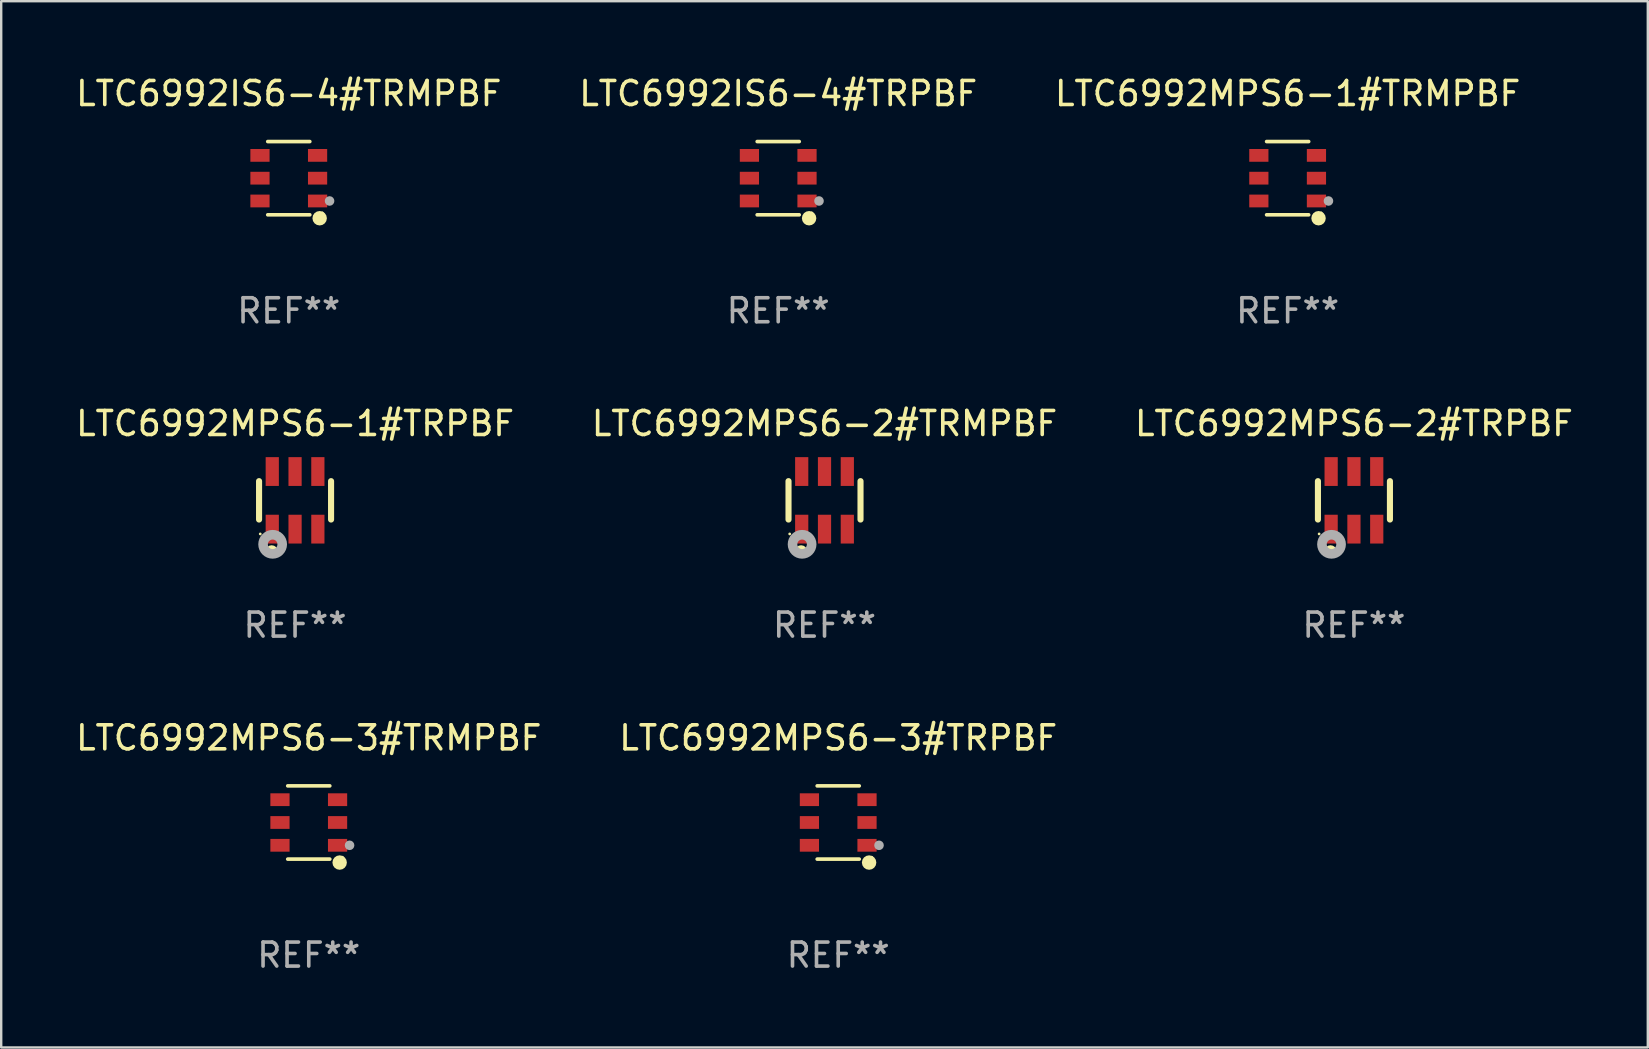
<source format=kicad_pcb>
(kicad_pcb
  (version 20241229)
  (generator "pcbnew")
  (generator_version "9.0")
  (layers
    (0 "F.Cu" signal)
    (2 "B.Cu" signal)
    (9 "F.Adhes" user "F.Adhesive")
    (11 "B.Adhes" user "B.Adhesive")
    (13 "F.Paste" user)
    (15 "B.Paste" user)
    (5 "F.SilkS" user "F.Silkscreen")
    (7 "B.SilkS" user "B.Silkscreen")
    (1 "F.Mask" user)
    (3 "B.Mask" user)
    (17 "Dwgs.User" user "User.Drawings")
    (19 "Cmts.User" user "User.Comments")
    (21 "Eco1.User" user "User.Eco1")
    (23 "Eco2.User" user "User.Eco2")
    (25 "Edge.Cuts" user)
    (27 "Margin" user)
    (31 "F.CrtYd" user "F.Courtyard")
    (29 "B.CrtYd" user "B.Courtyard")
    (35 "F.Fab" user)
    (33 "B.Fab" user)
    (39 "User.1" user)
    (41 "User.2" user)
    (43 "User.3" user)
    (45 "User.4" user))
  (footprint "LTC6992IS6-4#TRMPBF"
    (layer "F.Cu")
    (at 8.982 4.374)
    (property "Reference" "LTC6992IS6-4#TRMPBF" (at 0 -3.526 0) (layer "F.SilkS") (effects (font (size 1 1) (thickness 0.15))))
    (attr through_hole)
    (fp_line (start 0.876 -1.526) (end -0.876 -1.526) (stroke (width 0.152) (type solid)) (layer "F.SilkS"))
    (fp_line (start 0.876 1.526) (end -0.876 1.526) (stroke (width 0.152) (type solid)) (layer "F.SilkS"))
    (fp_circle (center 1.287 1.669) (end 1.438 1.669) (stroke (width 0.3) (type solid)) (fill no) (layer "F.SilkS"))
    (fp_circle (center 1.4 1.45) (end 1.43 1.45) (stroke (width 0.06) (type solid)) (fill no) (layer "F.SilkS"))
    (fp_circle (center 1.7 0.95) (end 1.8 0.95) (stroke (width 0.2) (type solid)) (fill no) (layer "F.Fab"))
    (fp_text user "REF**" (at 0 5.526 0) (layer "F.Fab") (effects (font (size 1 1) (thickness 0.15))))
    (pad "1" smd rect (at 1.2 0.95) (size 0.8 0.532) (layers "F.Cu" "F.Mask" "F.Paste"))
    (pad "2" smd rect (at 1.2 0) (size 0.8 0.532) (layers "F.Cu" "F.Mask" "F.Paste"))
    (pad "3" smd rect (at 1.2 -0.95) (size 0.8 0.532) (layers "F.Cu" "F.Mask" "F.Paste"))
    (pad "4" smd rect (at -1.2 -0.95) (size 0.8 0.532) (layers "F.Cu" "F.Mask" "F.Paste"))
    (pad "5" smd rect (at -1.2 0) (size 0.8 0.532) (layers "F.Cu" "F.Mask" "F.Paste"))
    (pad "6" smd rect (at -1.2 0.95) (size 0.8 0.532) (layers "F.Cu" "F.Mask" "F.Paste")))
  (footprint "LTC6992IS6-4#TRPBF"
    (layer "F.Cu")
    (at 29.375 4.374)
    (property "Reference" "LTC6992IS6-4#TRPBF" (at 0 -3.526 0) (layer "F.SilkS") (effects (font (size 1 1) (thickness 0.15))))
    (attr through_hole)
    (fp_line (start 0.876 -1.526) (end -0.876 -1.526) (stroke (width 0.152) (type solid)) (layer "F.SilkS"))
    (fp_line (start 0.876 1.526) (end -0.876 1.526) (stroke (width 0.152) (type solid)) (layer "F.SilkS"))
    (fp_circle (center 1.287 1.669) (end 1.438 1.669) (stroke (width 0.3) (type solid)) (fill no) (layer "F.SilkS"))
    (fp_circle (center 1.4 1.45) (end 1.43 1.45) (stroke (width 0.06) (type solid)) (fill no) (layer "F.SilkS"))
    (fp_circle (center 1.7 0.95) (end 1.8 0.95) (stroke (width 0.2) (type solid)) (fill no) (layer "F.Fab"))
    (fp_text user "REF**" (at 0 5.526 0) (layer "F.Fab") (effects (font (size 1 1) (thickness 0.15))))
    (pad "1" smd rect (at 1.2 0.95) (size 0.8 0.532) (layers "F.Cu" "F.Mask" "F.Paste"))
    (pad "2" smd rect (at 1.2 0) (size 0.8 0.532) (layers "F.Cu" "F.Mask" "F.Paste"))
    (pad "3" smd rect (at 1.2 -0.95) (size 0.8 0.532) (layers "F.Cu" "F.Mask" "F.Paste"))
    (pad "4" smd rect (at -1.2 -0.95) (size 0.8 0.532) (layers "F.Cu" "F.Mask" "F.Paste"))
    (pad "5" smd rect (at -1.2 0) (size 0.8 0.532) (layers "F.Cu" "F.Mask" "F.Paste"))
    (pad "6" smd rect (at -1.2 0.95) (size 0.8 0.532) (layers "F.Cu" "F.Mask" "F.Paste")))
  (footprint "LTC6992MPS6-1#TRPBF"
    (layer "F.Cu")
    (at 9.244 17.797)
    (property "Reference" "LTC6992MPS6-1#TRPBF" (at 0 -3.2 0) (layer "F.SilkS") (effects (font (size 1 1) (thickness 0.15))))
    (attr through_hole)
    (fp_line (start -1.5 0.8) (end -1.5 -0.8) (stroke (width 0.254) (type solid)) (layer "F.SilkS"))
    (fp_line (start 1.5 -0.8) (end 1.5 0.8) (stroke (width 0.254) (type solid)) (layer "F.SilkS"))
    (fp_circle (center -1.45 1.4) (end -1.42 1.4) (stroke (width 0.06) (type solid)) (fill no) (layer "F.SilkS"))
    (fp_circle (center -0.975 2.125) (end -0.848 2.125) (stroke (width 0.254) (type solid)) (fill no) (layer "F.SilkS"))
    (fp_circle (center -0.934 1.832) (end -0.735 1.832) (stroke (width 0.4) (type solid)) (fill no) (layer "F.Fab"))
    (fp_text user "REF**" (at 0 5.2 0) (layer "F.Fab") (effects (font (size 1 1) (thickness 0.15))))
    (pad "1" smd rect (at -0.95 1.2) (size 0.55 1.2) (layers "F.Cu" "F.Mask" "F.Paste"))
    (pad "2" smd rect (at 0 1.2) (size 0.55 1.2) (layers "F.Cu" "F.Mask" "F.Paste"))
    (pad "3" smd rect (at 0.95 1.2) (size 0.55 1.2) (layers "F.Cu" "F.Mask" "F.Paste"))
    (pad "4" smd rect (at 0.95 -1.2) (size 0.55 1.2) (layers "F.Cu" "F.Mask" "F.Paste"))
    (pad "5" smd rect (at 0 -1.2) (size 0.55 1.2) (layers "F.Cu" "F.Mask" "F.Paste"))
    (pad "6" smd rect (at -0.95 -1.2) (size 0.55 1.2) (layers "F.Cu" "F.Mask" "F.Paste")))
  (footprint "LTC6992MPS6-2#TRPBF"
    (layer "F.Cu")
    (at 53.363 17.797)
    (property "Reference" "LTC6992MPS6-2#TRPBF" (at 0 -3.2 0) (layer "F.SilkS") (effects (font (size 1 1) (thickness 0.15))))
    (attr through_hole)
    (fp_line (start -1.5 0.8) (end -1.5 -0.8) (stroke (width 0.254) (type solid)) (layer "F.SilkS"))
    (fp_line (start 1.5 -0.8) (end 1.5 0.8) (stroke (width 0.254) (type solid)) (layer "F.SilkS"))
    (fp_circle (center -1.45 1.4) (end -1.42 1.4) (stroke (width 0.06) (type solid)) (fill no) (layer "F.SilkS"))
    (fp_circle (center -0.975 2.125) (end -0.848 2.125) (stroke (width 0.254) (type solid)) (fill no) (layer "F.SilkS"))
    (fp_circle (center -0.934 1.832) (end -0.735 1.832) (stroke (width 0.4) (type solid)) (fill no) (layer "F.Fab"))
    (fp_text user "REF**" (at 0 5.2 0) (layer "F.Fab") (effects (font (size 1 1) (thickness 0.15))))
    (pad "1" smd rect (at -0.95 1.2) (size 0.55 1.2) (layers "F.Cu" "F.Mask" "F.Paste"))
    (pad "2" smd rect (at 0 1.2) (size 0.55 1.2) (layers "F.Cu" "F.Mask" "F.Paste"))
    (pad "3" smd rect (at 0.95 1.2) (size 0.55 1.2) (layers "F.Cu" "F.Mask" "F.Paste"))
    (pad "4" smd rect (at 0.95 -1.2) (size 0.55 1.2) (layers "F.Cu" "F.Mask" "F.Paste"))
    (pad "5" smd rect (at 0 -1.2) (size 0.55 1.2) (layers "F.Cu" "F.Mask" "F.Paste"))
    (pad "6" smd rect (at -0.95 -1.2) (size 0.55 1.2) (layers "F.Cu" "F.Mask" "F.Paste")))
  (footprint "LTC6992MPS6-1#TRMPBF"
    (layer "F.Cu")
    (at 50.601 4.374)
    (property "Reference" "LTC6992MPS6-1#TRMPBF" (at 0 -3.526 0) (layer "F.SilkS") (effects (font (size 1 1) (thickness 0.15))))
    (attr through_hole)
    (fp_line (start 0.876 -1.526) (end -0.876 -1.526) (stroke (width 0.152) (type solid)) (layer "F.SilkS"))
    (fp_line (start 0.876 1.526) (end -0.876 1.526) (stroke (width 0.152) (type solid)) (layer "F.SilkS"))
    (fp_circle (center 1.287 1.669) (end 1.438 1.669) (stroke (width 0.3) (type solid)) (fill no) (layer "F.SilkS"))
    (fp_circle (center 1.4 1.45) (end 1.43 1.45) (stroke (width 0.06) (type solid)) (fill no) (layer "F.SilkS"))
    (fp_circle (center 1.7 0.95) (end 1.8 0.95) (stroke (width 0.2) (type solid)) (fill no) (layer "F.Fab"))
    (fp_text user "REF**" (at 0 5.526 0) (layer "F.Fab") (effects (font (size 1 1) (thickness 0.15))))
    (pad "1" smd rect (at 1.2 0.95) (size 0.8 0.532) (layers "F.Cu" "F.Mask" "F.Paste"))
    (pad "2" smd rect (at 1.2 0) (size 0.8 0.532) (layers "F.Cu" "F.Mask" "F.Paste"))
    (pad "3" smd rect (at 1.2 -0.95) (size 0.8 0.532) (layers "F.Cu" "F.Mask" "F.Paste"))
    (pad "4" smd rect (at -1.2 -0.95) (size 0.8 0.532) (layers "F.Cu" "F.Mask" "F.Paste"))
    (pad "5" smd rect (at -1.2 0) (size 0.8 0.532) (layers "F.Cu" "F.Mask" "F.Paste"))
    (pad "6" smd rect (at -1.2 0.95) (size 0.8 0.532) (layers "F.Cu" "F.Mask" "F.Paste")))
  (footprint "LTC6992MPS6-2#TRMPBF"
    (layer "F.Cu")
    (at 31.304 17.797)
    (property "Reference" "LTC6992MPS6-2#TRMPBF" (at 0 -3.2 0) (layer "F.SilkS") (effects (font (size 1 1) (thickness 0.15))))
    (attr through_hole)
    (fp_line (start -1.5 0.8) (end -1.5 -0.8) (stroke (width 0.254) (type solid)) (layer "F.SilkS"))
    (fp_line (start 1.5 -0.8) (end 1.5 0.8) (stroke (width 0.254) (type solid)) (layer "F.SilkS"))
    (fp_circle (center -1.45 1.4) (end -1.42 1.4) (stroke (width 0.06) (type solid)) (fill no) (layer "F.SilkS"))
    (fp_circle (center -0.975 2.125) (end -0.848 2.125) (stroke (width 0.254) (type solid)) (fill no) (layer "F.SilkS"))
    (fp_circle (center -0.934 1.832) (end -0.735 1.832) (stroke (width 0.4) (type solid)) (fill no) (layer "F.Fab"))
    (fp_text user "REF**" (at 0 5.2 0) (layer "F.Fab") (effects (font (size 1 1) (thickness 0.15))))
    (pad "1" smd rect (at -0.95 1.2) (size 0.55 1.2) (layers "F.Cu" "F.Mask" "F.Paste"))
    (pad "2" smd rect (at 0 1.2) (size 0.55 1.2) (layers "F.Cu" "F.Mask" "F.Paste"))
    (pad "3" smd rect (at 0.95 1.2) (size 0.55 1.2) (layers "F.Cu" "F.Mask" "F.Paste"))
    (pad "4" smd rect (at 0.95 -1.2) (size 0.55 1.2) (layers "F.Cu" "F.Mask" "F.Paste"))
    (pad "5" smd rect (at 0 -1.2) (size 0.55 1.2) (layers "F.Cu" "F.Mask" "F.Paste"))
    (pad "6" smd rect (at -0.95 -1.2) (size 0.55 1.2) (layers "F.Cu" "F.Mask" "F.Paste")))
  (footprint "LTC6992MPS6-3#TRPBF"
    (layer "F.Cu")
    (at 31.875 31.22)
    (property "Reference" "LTC6992MPS6-3#TRPBF" (at 0 -3.526 0) (layer "F.SilkS") (effects (font (size 1 1) (thickness 0.15))))
    (attr through_hole)
    (fp_line (start 0.876 -1.526) (end -0.876 -1.526) (stroke (width 0.152) (type solid)) (layer "F.SilkS"))
    (fp_line (start 0.876 1.526) (end -0.876 1.526) (stroke (width 0.152) (type solid)) (layer "F.SilkS"))
    (fp_circle (center 1.287 1.669) (end 1.438 1.669) (stroke (width 0.3) (type solid)) (fill no) (layer "F.SilkS"))
    (fp_circle (center 1.4 1.45) (end 1.43 1.45) (stroke (width 0.06) (type solid)) (fill no) (layer "F.SilkS"))
    (fp_circle (center 1.7 0.95) (end 1.8 0.95) (stroke (width 0.2) (type solid)) (fill no) (layer "F.Fab"))
    (fp_text user "REF**" (at 0 5.526 0) (layer "F.Fab") (effects (font (size 1 1) (thickness 0.15))))
    (pad "1" smd rect (at 1.2 0.95) (size 0.8 0.532) (layers "F.Cu" "F.Mask" "F.Paste"))
    (pad "2" smd rect (at 1.2 0) (size 0.8 0.532) (layers "F.Cu" "F.Mask" "F.Paste"))
    (pad "3" smd rect (at 1.2 -0.95) (size 0.8 0.532) (layers "F.Cu" "F.Mask" "F.Paste"))
    (pad "4" smd rect (at -1.2 -0.95) (size 0.8 0.532) (layers "F.Cu" "F.Mask" "F.Paste"))
    (pad "5" smd rect (at -1.2 0) (size 0.8 0.532) (layers "F.Cu" "F.Mask" "F.Paste"))
    (pad "6" smd rect (at -1.2 0.95) (size 0.8 0.532) (layers "F.Cu" "F.Mask" "F.Paste")))
  (footprint "LTC6992MPS6-3#TRMPBF"
    (layer "F.Cu")
    (at 9.815 31.22)
    (property "Reference" "LTC6992MPS6-3#TRMPBF" (at 0 -3.526 0) (layer "F.SilkS") (effects (font (size 1 1) (thickness 0.15))))
    (attr through_hole)
    (fp_line (start 0.876 -1.526) (end -0.876 -1.526) (stroke (width 0.152) (type solid)) (layer "F.SilkS"))
    (fp_line (start 0.876 1.526) (end -0.876 1.526) (stroke (width 0.152) (type solid)) (layer "F.SilkS"))
    (fp_circle (center 1.287 1.669) (end 1.438 1.669) (stroke (width 0.3) (type solid)) (fill no) (layer "F.SilkS"))
    (fp_circle (center 1.4 1.45) (end 1.43 1.45) (stroke (width 0.06) (type solid)) (fill no) (layer "F.SilkS"))
    (fp_circle (center 1.7 0.95) (end 1.8 0.95) (stroke (width 0.2) (type solid)) (fill no) (layer "F.Fab"))
    (fp_text user "REF**" (at 0 5.526 0) (layer "F.Fab") (effects (font (size 1 1) (thickness 0.15))))
    (pad "1" smd rect (at 1.2 0.95) (size 0.8 0.532) (layers "F.Cu" "F.Mask" "F.Paste"))
    (pad "2" smd rect (at 1.2 0) (size 0.8 0.532) (layers "F.Cu" "F.Mask" "F.Paste"))
    (pad "3" smd rect (at 1.2 -0.95) (size 0.8 0.532) (layers "F.Cu" "F.Mask" "F.Paste"))
    (pad "4" smd rect (at -1.2 -0.95) (size 0.8 0.532) (layers "F.Cu" "F.Mask" "F.Paste"))
    (pad "5" smd rect (at -1.2 0) (size 0.8 0.532) (layers "F.Cu" "F.Mask" "F.Paste"))
    (pad "6" smd rect (at -1.2 0.95) (size 0.8 0.532) (layers "F.Cu" "F.Mask" "F.Paste")))
  (gr_rect
    (start -3 -3)
    (end 65.607 40.594)
    (stroke (width 0.1) (type default))
    (fill no)
    (layer "Edge.Cuts")))
</source>
